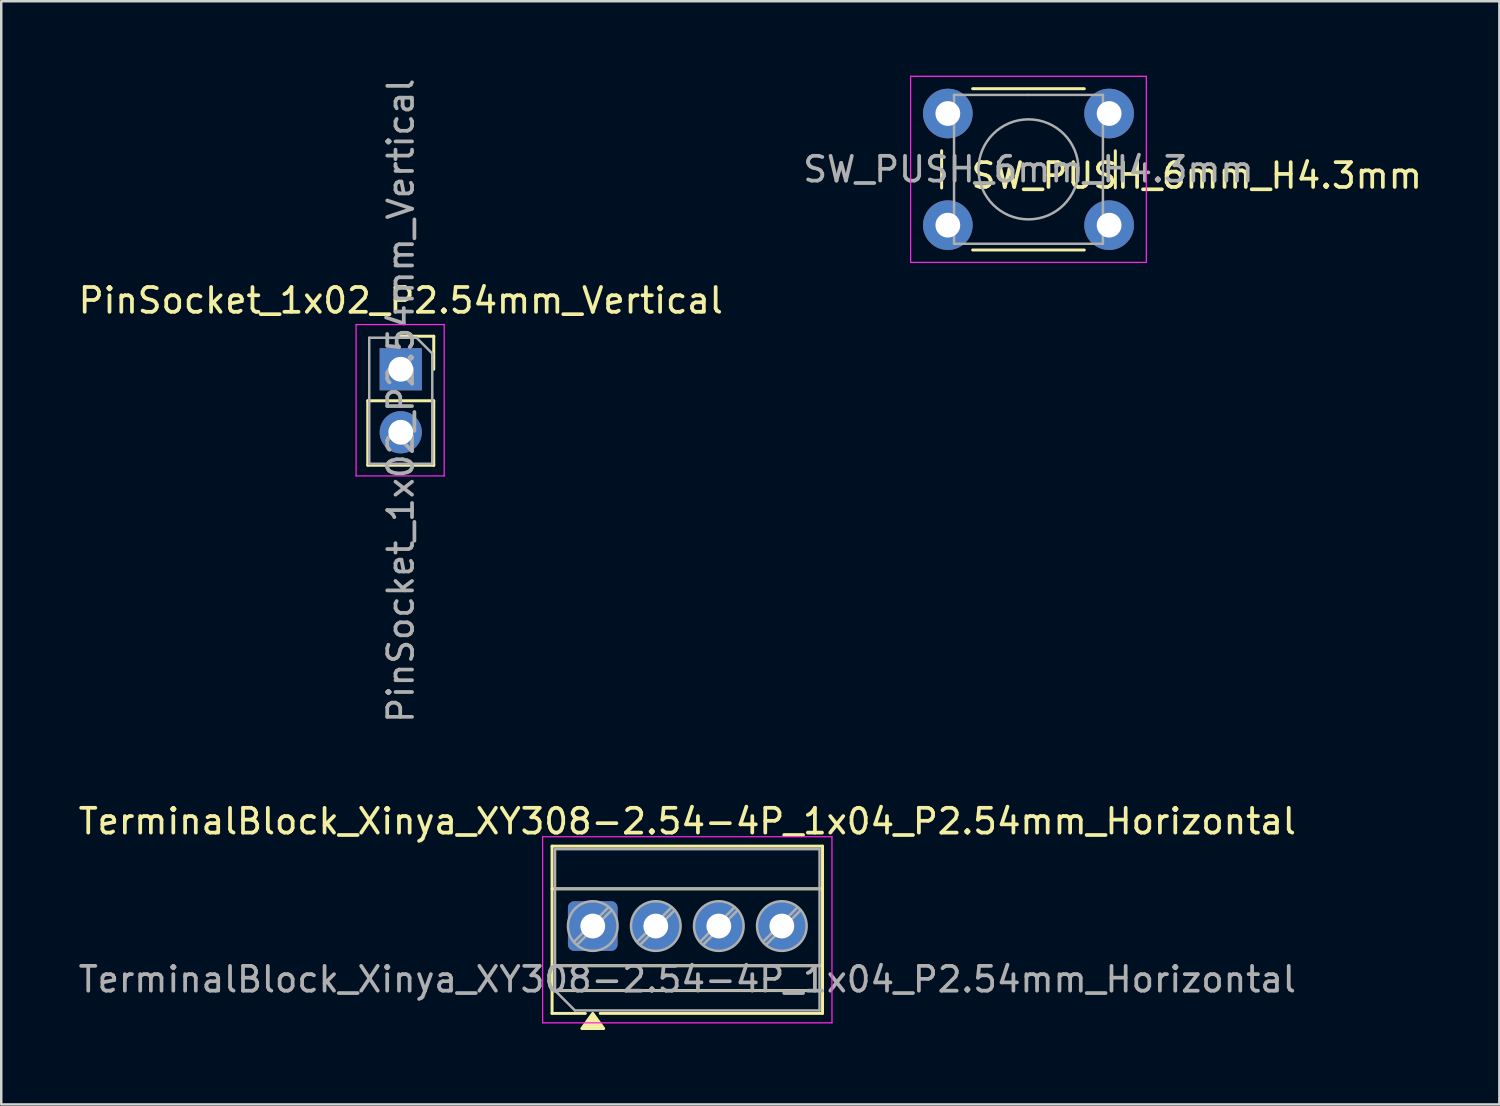
<source format=kicad_pcb>
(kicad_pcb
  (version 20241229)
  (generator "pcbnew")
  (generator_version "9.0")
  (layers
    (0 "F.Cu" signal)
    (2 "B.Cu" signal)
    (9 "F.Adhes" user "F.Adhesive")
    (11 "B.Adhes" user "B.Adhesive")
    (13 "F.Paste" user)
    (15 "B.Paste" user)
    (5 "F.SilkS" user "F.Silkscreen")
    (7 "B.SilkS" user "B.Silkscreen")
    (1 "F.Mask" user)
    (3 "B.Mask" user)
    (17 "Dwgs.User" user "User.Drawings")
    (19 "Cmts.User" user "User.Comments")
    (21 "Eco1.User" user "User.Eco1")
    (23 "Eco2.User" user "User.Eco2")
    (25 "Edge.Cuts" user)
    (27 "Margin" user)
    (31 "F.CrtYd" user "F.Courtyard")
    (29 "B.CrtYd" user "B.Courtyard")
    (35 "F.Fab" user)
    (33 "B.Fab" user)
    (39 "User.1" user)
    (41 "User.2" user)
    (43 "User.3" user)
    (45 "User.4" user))
  (footprint "SW_PUSH_6mm_H4.3mm"
    (layer "F.Cu")
    (at 35.149 1.525)
    (property "Reference" "SW_PUSH_6mm_H4.3mm" (at 10.032 2.504 180) (layer "F.SilkS") (effects (font (size 1 1) (thickness 0.15))))
    (attr through_hole)
    (fp_line (start -0.25 1.5) (end -0.25 3) (stroke (width 0.12) (type solid)) (layer "F.SilkS"))
    (fp_line (start 1 5.5) (end 5.5 5.5) (stroke (width 0.12) (type solid)) (layer "F.SilkS"))
    (fp_line (start 5.5 -1) (end 1 -1) (stroke (width 0.12) (type solid)) (layer "F.SilkS"))
    (fp_line (start 6.75 3) (end 6.75 1.5) (stroke (width 0.12) (type solid)) (layer "F.SilkS"))
    (fp_line (start -1.5 -1.5) (end -1.25 -1.5) (stroke (width 0.05) (type solid)) (layer "F.CrtYd"))
    (fp_line (start -1.5 -1.25) (end -1.5 -1.5) (stroke (width 0.05) (type solid)) (layer "F.CrtYd"))
    (fp_line (start -1.5 5.75) (end -1.5 -1.25) (stroke (width 0.05) (type solid)) (layer "F.CrtYd"))
    (fp_line (start -1.5 5.75) (end -1.5 6) (stroke (width 0.05) (type solid)) (layer "F.CrtYd"))
    (fp_line (start -1.5 6) (end -1.25 6) (stroke (width 0.05) (type solid)) (layer "F.CrtYd"))
    (fp_line (start -1.25 -1.5) (end 7.75 -1.5) (stroke (width 0.05) (type solid)) (layer "F.CrtYd"))
    (fp_line (start 7.75 -1.5) (end 8 -1.5) (stroke (width 0.05) (type solid)) (layer "F.CrtYd"))
    (fp_line (start 7.75 6) (end -1.25 6) (stroke (width 0.05) (type solid)) (layer "F.CrtYd"))
    (fp_line (start 7.75 6) (end 8 6) (stroke (width 0.05) (type solid)) (layer "F.CrtYd"))
    (fp_line (start 8 -1.5) (end 8 -1.25) (stroke (width 0.05) (type solid)) (layer "F.CrtYd"))
    (fp_line (start 8 -1.25) (end 8 5.75) (stroke (width 0.05) (type solid)) (layer "F.CrtYd"))
    (fp_line (start 8 6) (end 8 5.75) (stroke (width 0.05) (type solid)) (layer "F.CrtYd"))
    (fp_line (start 0.25 -0.75) (end 3.25 -0.75) (stroke (width 0.1) (type solid)) (layer "F.Fab"))
    (fp_line (start 0.25 5.25) (end 0.25 -0.75) (stroke (width 0.1) (type solid)) (layer "F.Fab"))
    (fp_line (start 3.25 -0.75) (end 6.25 -0.75) (stroke (width 0.1) (type solid)) (layer "F.Fab"))
    (fp_line (start 6.25 -0.75) (end 6.25 5.25) (stroke (width 0.1) (type solid)) (layer "F.Fab"))
    (fp_line (start 6.25 5.25) (end 0.25 5.25) (stroke (width 0.1) (type solid)) (layer "F.Fab"))
    (fp_circle (center 3.25 2.25) (end 1.25 2.5) (stroke (width 0.1) (type solid)) (fill no) (layer "F.Fab"))
    (fp_text user "${REFERENCE}" (at 3.25 2.25 180) (layer "F.Fab") (effects (font (size 1 1) (thickness 0.15))))
    (pad "1" thru_hole circle (at 0 0 90) (size 2 2) (drill 1) (layers "*.Cu" "*.Mask"))
    (pad "1" thru_hole circle (at 6.5 0 90) (size 2 2) (drill 1) (layers "*.Cu" "*.Mask"))
    (pad "2" thru_hole circle (at 0 4.5 90) (size 2 2) (drill 1) (layers "*.Cu" "*.Mask"))
    (pad "2" thru_hole circle (at 6.5 4.5 90) (size 2 2) (drill 1) (layers "*.Cu" "*.Mask")))
  (footprint "PinSocket_1x02_P2.54mm_Vertical"
    (layer "F.Cu")
    (at 13.101 11.831)
    (property "Reference" "PinSocket_1x02_P2.54mm_Vertical" (at 0 -2.77 0) (layer "F.SilkS") (effects (font (size 1 1) (thickness 0.15))))
    (attr through_hole)
    (fp_line (start -1.33 1.27) (end -1.33 3.87) (stroke (width 0.12) (type solid)) (layer "F.SilkS"))
    (fp_line (start -1.33 1.27) (end 1.33 1.27) (stroke (width 0.12) (type solid)) (layer "F.SilkS"))
    (fp_line (start -1.33 3.87) (end 1.33 3.87) (stroke (width 0.12) (type solid)) (layer "F.SilkS"))
    (fp_line (start 0 -1.33) (end 1.33 -1.33) (stroke (width 0.12) (type solid)) (layer "F.SilkS"))
    (fp_line (start 1.33 -1.33) (end 1.33 0) (stroke (width 0.12) (type solid)) (layer "F.SilkS"))
    (fp_line (start 1.33 1.27) (end 1.33 3.87) (stroke (width 0.12) (type solid)) (layer "F.SilkS"))
    (fp_line (start -1.8 -1.8) (end 1.75 -1.8) (stroke (width 0.05) (type solid)) (layer "F.CrtYd"))
    (fp_line (start -1.8 4.3) (end -1.8 -1.8) (stroke (width 0.05) (type solid)) (layer "F.CrtYd"))
    (fp_line (start 1.75 -1.8) (end 1.75 4.3) (stroke (width 0.05) (type solid)) (layer "F.CrtYd"))
    (fp_line (start 1.75 4.3) (end -1.8 4.3) (stroke (width 0.05) (type solid)) (layer "F.CrtYd"))
    (fp_line (start -1.27 -1.27) (end 0.635 -1.27) (stroke (width 0.1) (type solid)) (layer "F.Fab"))
    (fp_line (start -1.27 3.81) (end -1.27 -1.27) (stroke (width 0.1) (type solid)) (layer "F.Fab"))
    (fp_line (start 0.635 -1.27) (end 1.27 -0.635) (stroke (width 0.1) (type solid)) (layer "F.Fab"))
    (fp_line (start 1.27 -0.635) (end 1.27 3.81) (stroke (width 0.1) (type solid)) (layer "F.Fab"))
    (fp_line (start 1.27 3.81) (end -1.27 3.81) (stroke (width 0.1) (type solid)) (layer "F.Fab"))
    (fp_text user "${REFERENCE}" (at 0 1.27 90) (layer "F.Fab") (effects (font (size 1 1) (thickness 0.15))))
    (pad "1" thru_hole rect (at 0 0) (size 1.7 1.7) (drill 1) (layers "*.Cu" "*.Mask"))
    (pad "2" thru_hole oval (at 0 2.54) (size 1.7 1.7) (drill 1) (layers "*.Cu" "*.Mask")))
  (footprint "TerminalBlock_Xinya_XY308-2.54-4P_1x04_P2.54mm_Horizontal"
    (layer "F.Cu")
    (at 20.839 34.271)
    (property "Reference" "TerminalBlock_Xinya_XY308-2.54-4P_1x04_P2.54mm_Horizontal" (at 3.81 -4.22 0) (layer "F.SilkS") (effects (font (size 1 1) (thickness 0.15))))
    (attr through_hole)
    (fp_line (start -1.64 -3.22) (end -1.64 3.52) (stroke (width 0.12) (type solid)) (layer "F.SilkS"))
    (fp_line (start -1.64 -3.22) (end 9.26 -3.22) (stroke (width 0.12) (type solid)) (layer "F.SilkS"))
    (fp_line (start -1.64 -1.5) (end 9.26 -1.5) (stroke (width 0.12) (type solid)) (layer "F.SilkS"))
    (fp_line (start -1.64 1.6) (end 9.26 1.6) (stroke (width 0.12) (type solid)) (layer "F.SilkS"))
    (fp_line (start -1.64 2.6) (end 9.26 2.6) (stroke (width 0.12) (type solid)) (layer "F.SilkS"))
    (fp_line (start -1.64 3.52) (end -0.3 3.52) (stroke (width 0.12) (type solid)) (layer "F.SilkS"))
    (fp_line (start 0.3 3.52) (end 9.26 3.52) (stroke (width 0.12) (type solid)) (layer "F.SilkS"))
    (fp_line (start 9.26 -3.22) (end 9.26 3.52) (stroke (width 0.12) (type solid)) (layer "F.SilkS"))
    (fp_poly (pts (xy 0 3.52) (xy 0.44 4.13) (xy -0.44 4.13) (xy 0 3.52)) (stroke (width 0.12) (type solid)) (fill yes) (layer "F.SilkS"))
    (fp_line (start -2.02 -3.6) (end -2.02 3.9) (stroke (width 0.05) (type solid)) (layer "F.CrtYd"))
    (fp_line (start -2.02 3.9) (end 9.64 3.9) (stroke (width 0.05) (type solid)) (layer "F.CrtYd"))
    (fp_line (start 9.64 -3.6) (end -2.02 -3.6) (stroke (width 0.05) (type solid)) (layer "F.CrtYd"))
    (fp_line (start 9.64 3.9) (end 9.64 -3.6) (stroke (width 0.05) (type solid)) (layer "F.CrtYd"))
    (fp_line (start -1.52 -3.1) (end 9.14 -3.1) (stroke (width 0.1) (type solid)) (layer "F.Fab"))
    (fp_line (start -1.52 -1.5) (end 9.14 -1.5) (stroke (width 0.1) (type solid)) (layer "F.Fab"))
    (fp_line (start -1.52 1.6) (end 9.14 1.6) (stroke (width 0.1) (type solid)) (layer "F.Fab"))
    (fp_line (start -1.52 2.6) (end -1.52 -3.1) (stroke (width 0.1) (type solid)) (layer "F.Fab"))
    (fp_line (start -1.52 2.6) (end 9.14 2.6) (stroke (width 0.1) (type solid)) (layer "F.Fab"))
    (fp_line (start -0.72 3.4) (end -1.52 2.6) (stroke (width 0.1) (type solid)) (layer "F.Fab"))
    (fp_line (start 0.636 -0.758) (end -0.758 0.636) (stroke (width 0.1) (type solid)) (layer "F.Fab"))
    (fp_line (start 0.758 -0.636) (end -0.636 0.758) (stroke (width 0.1) (type solid)) (layer "F.Fab"))
    (fp_line (start 3.176 -0.758) (end 1.782 0.636) (stroke (width 0.1) (type solid)) (layer "F.Fab"))
    (fp_line (start 3.298 -0.636) (end 1.904 0.758) (stroke (width 0.1) (type solid)) (layer "F.Fab"))
    (fp_line (start 5.716 -0.758) (end 4.322 0.636) (stroke (width 0.1) (type solid)) (layer "F.Fab"))
    (fp_line (start 5.838 -0.636) (end 4.444 0.758) (stroke (width 0.1) (type solid)) (layer "F.Fab"))
    (fp_line (start 8.256 -0.758) (end 6.862 0.636) (stroke (width 0.1) (type solid)) (layer "F.Fab"))
    (fp_line (start 8.378 -0.636) (end 6.984 0.758) (stroke (width 0.1) (type solid)) (layer "F.Fab"))
    (fp_line (start 9.14 -3.1) (end 9.14 3.4) (stroke (width 0.1) (type solid)) (layer "F.Fab"))
    (fp_line (start 9.14 3.4) (end -0.72 3.4) (stroke (width 0.1) (type solid)) (layer "F.Fab"))
    (fp_circle (center 0 0) (end 1 0) (stroke (width 0.1) (type solid)) (fill no) (layer "F.Fab"))
    (fp_circle (center 2.54 0) (end 3.54 0) (stroke (width 0.1) (type solid)) (fill no) (layer "F.Fab"))
    (fp_circle (center 5.08 0) (end 6.08 0) (stroke (width 0.1) (type solid)) (fill no) (layer "F.Fab"))
    (fp_circle (center 7.62 0) (end 8.62 0) (stroke (width 0.1) (type solid)) (fill no) (layer "F.Fab"))
    (fp_text user "${REFERENCE}" (at 3.81 2.15 0) (layer "F.Fab") (effects (font (size 1 1) (thickness 0.15))))
    (pad "1" thru_hole roundrect (at 0 0) (size 2 2) (drill 1) (layers "*.Cu" "*.Mask") (roundrect_rratio 0.125))
    (pad "2" thru_hole circle (at 2.54 0) (size 2 2) (drill 1) (layers "*.Cu" "*.Mask"))
    (pad "3" thru_hole circle (at 5.08 0) (size 2 2) (drill 1) (layers "*.Cu" "*.Mask"))
    (pad "4" thru_hole circle (at 7.62 0) (size 2 2) (drill 1) (layers "*.Cu" "*.Mask")))
  (gr_rect
    (start -3 -3)
    (end 57.377 41.461)
    (stroke (width 0.1) (type default))
    (fill no)
    (layer "Edge.Cuts")))
</source>
